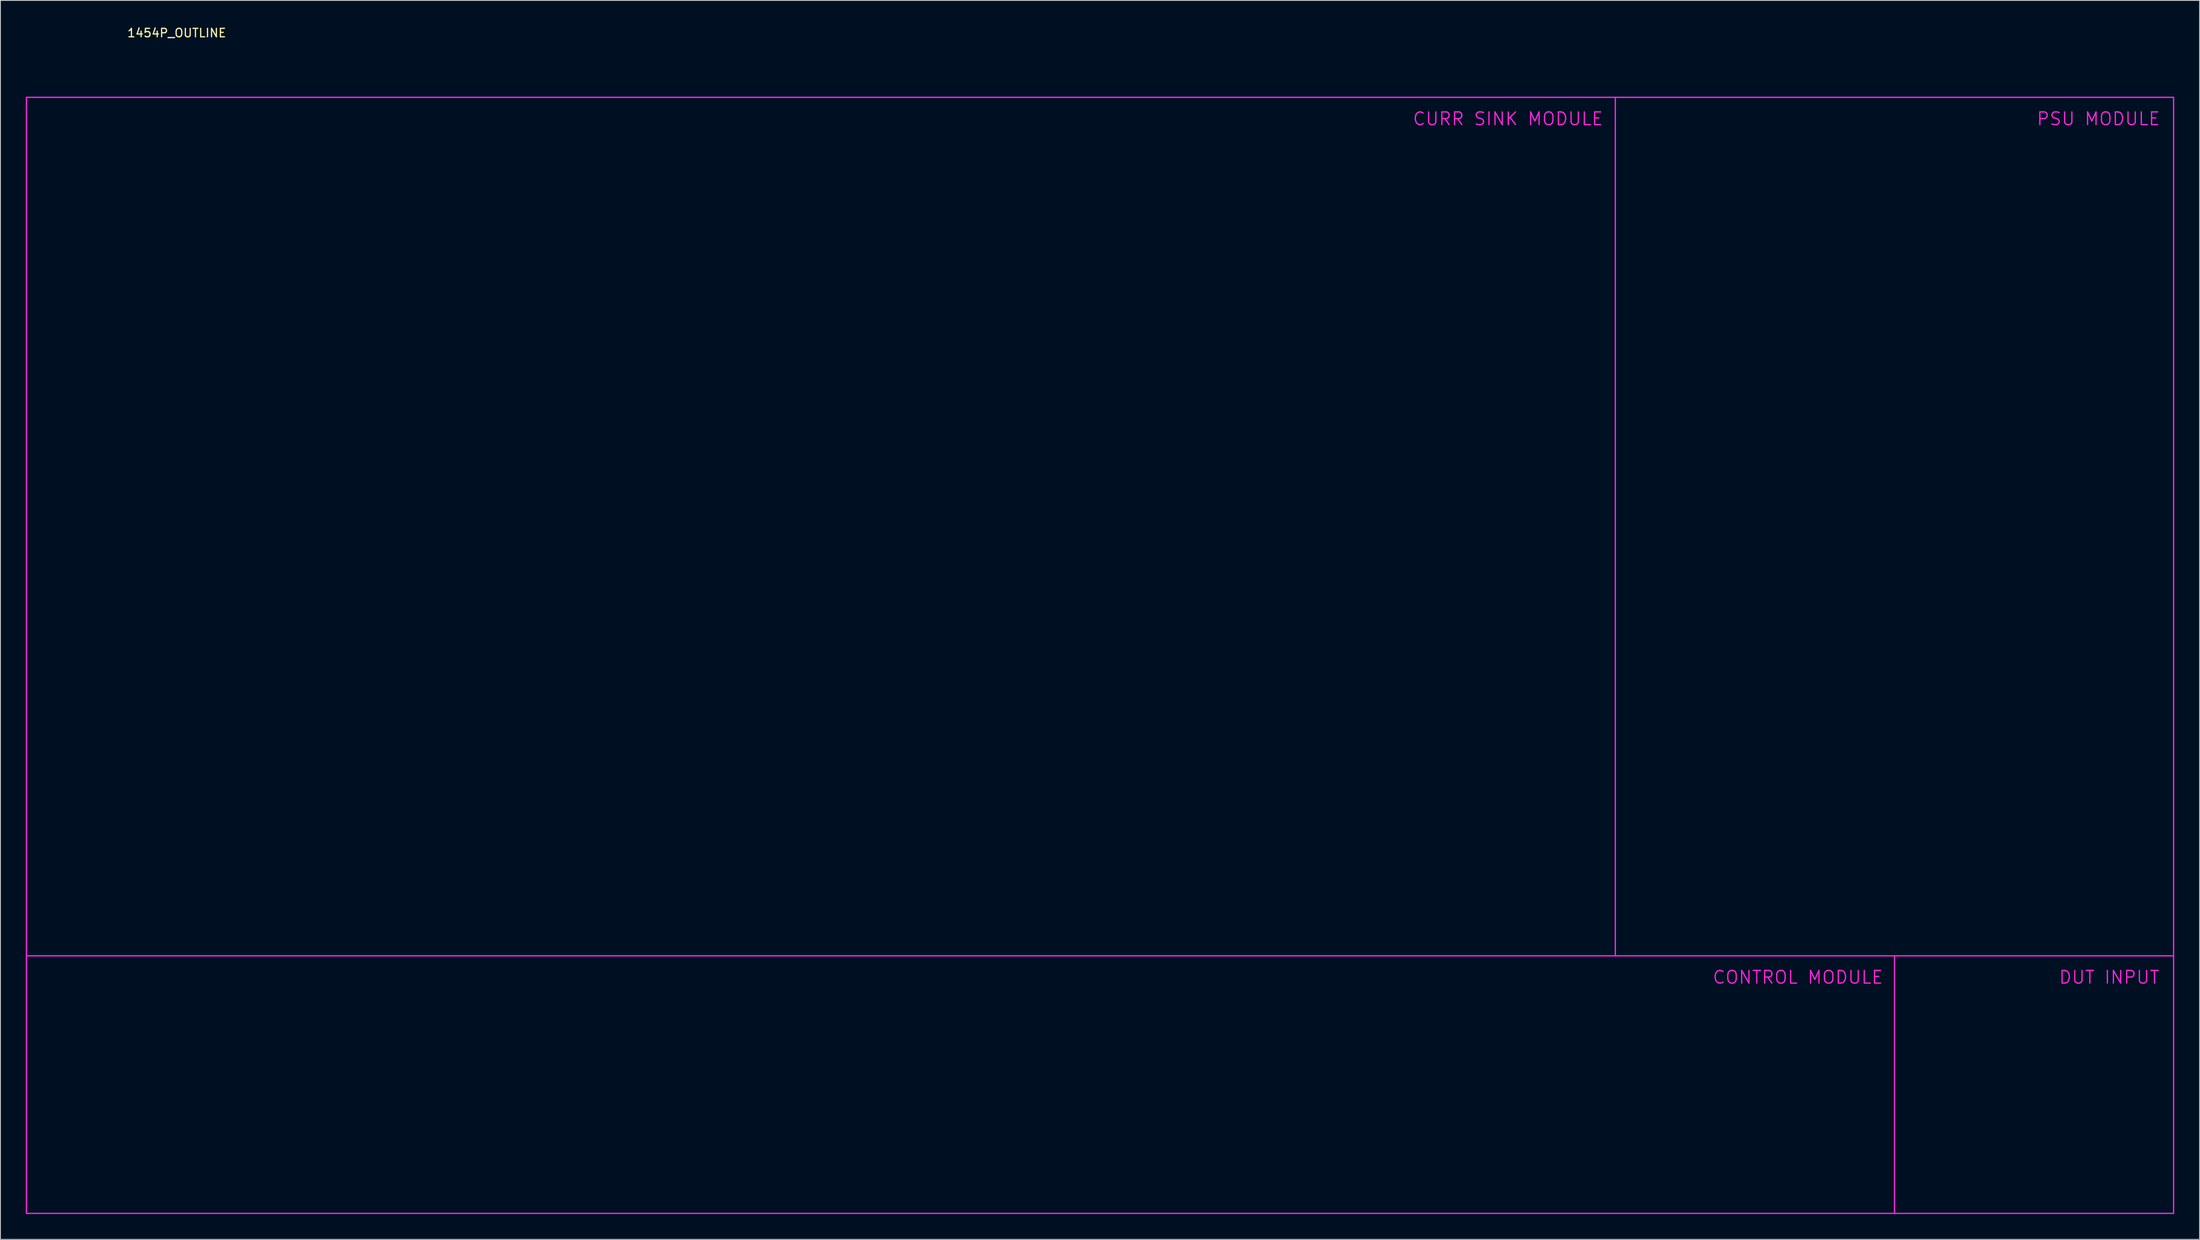
<source format=kicad_pcb>
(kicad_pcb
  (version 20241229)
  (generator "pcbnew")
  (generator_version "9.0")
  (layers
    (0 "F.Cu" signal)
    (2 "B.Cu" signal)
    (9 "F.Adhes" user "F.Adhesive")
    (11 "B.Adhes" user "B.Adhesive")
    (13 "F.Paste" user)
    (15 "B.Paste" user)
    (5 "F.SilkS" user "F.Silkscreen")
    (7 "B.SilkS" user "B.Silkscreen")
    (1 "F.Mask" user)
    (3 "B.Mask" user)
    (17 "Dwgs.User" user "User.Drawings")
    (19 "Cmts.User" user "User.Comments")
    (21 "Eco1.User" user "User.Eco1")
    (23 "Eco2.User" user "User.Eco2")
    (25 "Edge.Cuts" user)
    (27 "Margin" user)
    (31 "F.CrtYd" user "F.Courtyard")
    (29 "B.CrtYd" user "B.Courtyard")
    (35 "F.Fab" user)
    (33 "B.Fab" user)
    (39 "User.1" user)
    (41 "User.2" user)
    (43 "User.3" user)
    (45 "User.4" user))
  (footprint "1454P_OUTLINE"
    (layer "F.Cu")
    (at 127.075 74.508)
    (property "Reference" "1454P_OUTLINE" (at -109.22 -73.66 0) (layer "F.SilkS") (effects (font (size 1 1) (thickness 0.15))))
    (attr through_hole)
    (fp_line (start -127 -66.04) (end 127 -66.04) (stroke (width 0.15) (type solid)) (layer "F.CrtYd"))
    (fp_line (start -127 35.56) (end 127 35.56) (stroke (width 0.15) (type solid)) (layer "F.CrtYd"))
    (fp_line (start -127 66.04) (end -127 -66.04) (stroke (width 0.15) (type solid)) (layer "F.CrtYd"))
    (fp_line (start 60.96 35.56) (end 60.96 -66.04) (stroke (width 0.15) (type solid)) (layer "F.CrtYd"))
    (fp_line (start 93.98 66.04) (end 93.98 35.56) (stroke (width 0.15) (type solid)) (layer "F.CrtYd"))
    (fp_line (start 127 -66.04) (end 127 66.04) (stroke (width 0.15) (type solid)) (layer "F.CrtYd"))
    (fp_line (start 127 66.04) (end -127 66.04) (stroke (width 0.15) (type solid)) (layer "F.CrtYd"))
    (fp_text user "PSU MODULE" (at 118.11 -63.5 0) (layer "F.CrtYd") (effects (font (size 1.5 1.5) (thickness 0.15))))
    (fp_text user "CURR SINK MODULE" (at 48.26 -63.5 0) (layer "F.CrtYd") (effects (font (size 1.5 1.5) (thickness 0.15))))
    (fp_text user "DUT INPUT" (at 119.38 38.1 0) (layer "F.CrtYd") (effects (font (size 1.5 1.5) (thickness 0.15))))
    (fp_text user "CONTROL MODULE" (at 82.55 38.1 0) (layer "F.CrtYd") (effects (font (size 1.5 1.5) (thickness 0.15)))))
  (gr_rect
    (start -3 -3)
    (end 257.15 143.623)
    (stroke (width 0.1) (type default))
    (fill no)
    (layer "Edge.Cuts")))
</source>
